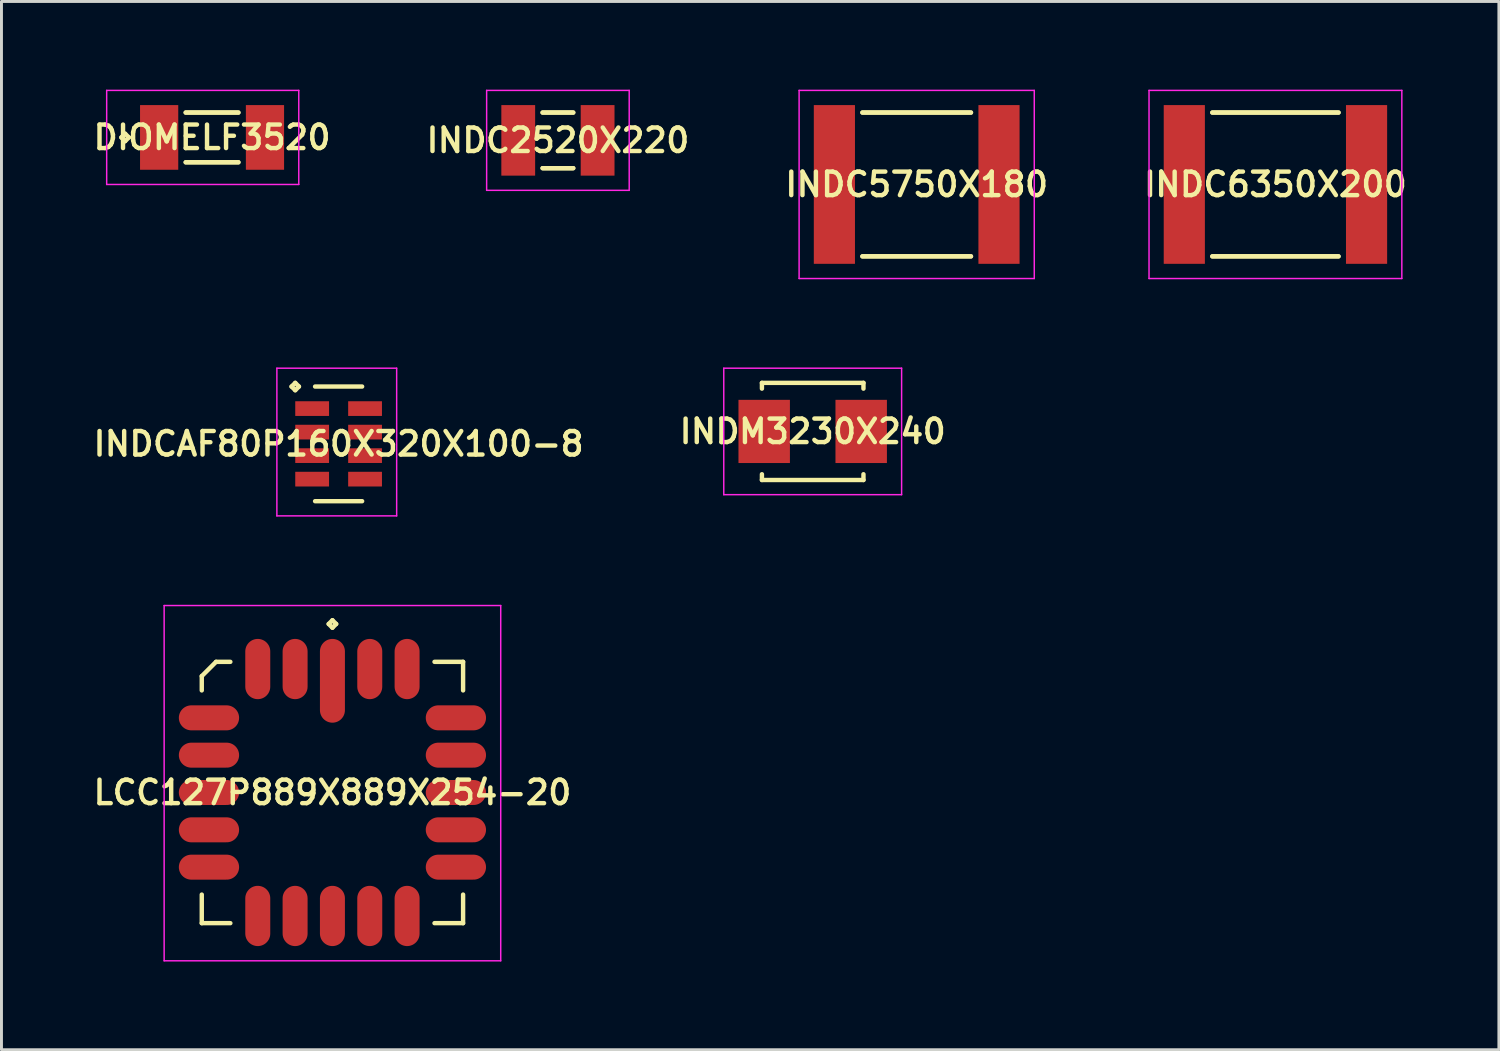
<source format=kicad_pcb>
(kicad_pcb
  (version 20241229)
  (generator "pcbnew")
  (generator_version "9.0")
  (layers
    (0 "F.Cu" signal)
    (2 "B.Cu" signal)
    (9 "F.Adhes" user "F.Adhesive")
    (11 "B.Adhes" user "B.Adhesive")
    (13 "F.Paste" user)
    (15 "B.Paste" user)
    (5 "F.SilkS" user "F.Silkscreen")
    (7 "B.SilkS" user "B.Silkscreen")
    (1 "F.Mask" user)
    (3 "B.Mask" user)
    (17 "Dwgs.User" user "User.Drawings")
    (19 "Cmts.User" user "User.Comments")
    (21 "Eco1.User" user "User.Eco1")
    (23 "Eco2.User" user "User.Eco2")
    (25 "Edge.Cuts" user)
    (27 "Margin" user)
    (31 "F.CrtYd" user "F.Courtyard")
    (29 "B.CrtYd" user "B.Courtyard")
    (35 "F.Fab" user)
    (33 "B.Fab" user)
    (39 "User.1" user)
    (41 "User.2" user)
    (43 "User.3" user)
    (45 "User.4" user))
  (footprint "INDM3230X240"
    (layer "F.Cu")
    (at 24.597 11.627)
    (property "Reference" "INDM3230X240" (at 0 0 0) (layer "F.SilkS") (effects (font (size 0.8 0.8) (thickness 0.15))))
    (attr smd)
    (fp_line (start -1.727 -1.652) (end 1.727 -1.652) (stroke (width 0.15) (type solid)) (layer "F.SilkS"))
    (fp_line (start -1.727 -1.456) (end -1.727 -1.652) (stroke (width 0.15) (type solid)) (layer "F.SilkS"))
    (fp_line (start -1.727 1.456) (end -1.727 1.652) (stroke (width 0.15) (type solid)) (layer "F.SilkS"))
    (fp_line (start -1.727 1.652) (end 1.727 1.652) (stroke (width 0.15) (type solid)) (layer "F.SilkS"))
    (fp_line (start 1.727 -1.652) (end 1.727 -1.456) (stroke (width 0.15) (type solid)) (layer "F.SilkS"))
    (fp_line (start 1.727 1.652) (end 1.727 1.456) (stroke (width 0.15) (type solid)) (layer "F.SilkS"))
    (fp_line (start -3.025 -2.152) (end 3.025 -2.152) (stroke (width 0.05) (type solid)) (layer "F.CrtYd"))
    (fp_line (start -3.025 2.152) (end -3.025 -2.152) (stroke (width 0.05) (type solid)) (layer "F.CrtYd"))
    (fp_line (start 3.025 -2.152) (end 3.025 2.152) (stroke (width 0.05) (type solid)) (layer "F.CrtYd"))
    (fp_line (start 3.025 2.152) (end -3.025 2.152) (stroke (width 0.05) (type solid)) (layer "F.CrtYd"))
    (pad "1" smd rect (at -1.65 0) (size 1.75 2.15) (layers "F.Cu" "F.Mask" "F.Paste"))
    (pad "2" smd rect (at 1.65 0) (size 1.75 2.15) (layers "F.Cu" "F.Mask" "F.Paste")))
  (footprint "INDC6350X200"
    (layer "F.Cu")
    (at 40.339 3.225)
    (property "Reference" "INDC6350X200" (at 0 0 0) (layer "F.SilkS") (effects (font (size 0.8 0.8) (thickness 0.15))))
    (attr smd)
    (fp_line (start -2.146 -2.446) (end 2.146 -2.446) (stroke (width 0.15) (type solid)) (layer "F.SilkS"))
    (fp_line (start -2.146 2.446) (end 2.146 2.446) (stroke (width 0.15) (type solid)) (layer "F.SilkS"))
    (fp_line (start 2.146 -2.446) (end -2.146 -2.446) (stroke (width 0.15) (type solid)) (layer "F.SilkS"))
    (fp_line (start 2.146 2.446) (end -2.146 2.446) (stroke (width 0.15) (type solid)) (layer "F.SilkS"))
    (fp_line (start -4.3 -3.2) (end 4.3 -3.2) (stroke (width 0.05) (type solid)) (layer "F.CrtYd"))
    (fp_line (start -4.3 3.2) (end -4.3 -3.2) (stroke (width 0.05) (type solid)) (layer "F.CrtYd"))
    (fp_line (start 4.3 -3.2) (end 4.3 3.2) (stroke (width 0.05) (type solid)) (layer "F.CrtYd"))
    (fp_line (start 4.3 3.2) (end -4.3 3.2) (stroke (width 0.05) (type solid)) (layer "F.CrtYd"))
    (pad "1" smd rect (at -3.1 0) (size 1.4 5.4) (layers "F.Cu" "F.Mask" "F.Paste"))
    (pad "2" smd rect (at 3.1 0) (size 1.4 5.4) (layers "F.Cu" "F.Mask" "F.Paste")))
  (footprint "INDC2520X220"
    (layer "F.Cu")
    (at 15.93 1.725)
    (property "Reference" "INDC2520X220" (at 0 0 0) (layer "F.SilkS") (effects (font (size 0.8 0.8) (thickness 0.15))))
    (attr smd)
    (fp_line (start -0.521 -0.946) (end 0.521 -0.946) (stroke (width 0.15) (type solid)) (layer "F.SilkS"))
    (fp_line (start -0.521 0.946) (end 0.521 0.946) (stroke (width 0.15) (type solid)) (layer "F.SilkS"))
    (fp_line (start 0.521 -0.946) (end -0.521 -0.946) (stroke (width 0.15) (type solid)) (layer "F.SilkS"))
    (fp_line (start 0.521 0.946) (end -0.521 0.946) (stroke (width 0.15) (type solid)) (layer "F.SilkS"))
    (fp_line (start -2.425 -1.7) (end 2.425 -1.7) (stroke (width 0.05) (type solid)) (layer "F.CrtYd"))
    (fp_line (start -2.425 1.7) (end -2.425 -1.7) (stroke (width 0.05) (type solid)) (layer "F.CrtYd"))
    (fp_line (start 2.425 -1.7) (end 2.425 1.7) (stroke (width 0.05) (type solid)) (layer "F.CrtYd"))
    (fp_line (start 2.425 1.7) (end -2.425 1.7) (stroke (width 0.05) (type solid)) (layer "F.CrtYd"))
    (pad "1" smd rect (at -1.35 0) (size 1.15 2.4) (layers "F.Cu" "F.Mask" "F.Paste"))
    (pad "2" smd rect (at 1.35 0) (size 1.15 2.4) (layers "F.Cu" "F.Mask" "F.Paste")))
  (footprint "INDC5750X180"
    (layer "F.Cu")
    (at 28.135 3.225)
    (property "Reference" "INDC5750X180" (at 0 0 0) (layer "F.SilkS") (effects (font (size 0.8 0.8) (thickness 0.15))))
    (attr smd)
    (fp_line (start -1.846 -2.446) (end 1.846 -2.446) (stroke (width 0.15) (type solid)) (layer "F.SilkS"))
    (fp_line (start -1.846 2.446) (end 1.846 2.446) (stroke (width 0.15) (type solid)) (layer "F.SilkS"))
    (fp_line (start 1.846 -2.446) (end -1.846 -2.446) (stroke (width 0.15) (type solid)) (layer "F.SilkS"))
    (fp_line (start 1.846 2.446) (end -1.846 2.446) (stroke (width 0.15) (type solid)) (layer "F.SilkS"))
    (fp_line (start -4 -3.2) (end 4 -3.2) (stroke (width 0.05) (type solid)) (layer "F.CrtYd"))
    (fp_line (start -4 3.2) (end -4 -3.2) (stroke (width 0.05) (type solid)) (layer "F.CrtYd"))
    (fp_line (start 4 -3.2) (end 4 3.2) (stroke (width 0.05) (type solid)) (layer "F.CrtYd"))
    (fp_line (start 4 3.2) (end -4 3.2) (stroke (width 0.05) (type solid)) (layer "F.CrtYd"))
    (pad "1" smd rect (at -2.8 0) (size 1.4 5.4) (layers "F.Cu" "F.Mask" "F.Paste"))
    (pad "2" smd rect (at 2.8 0) (size 1.4 5.4) (layers "F.Cu" "F.Mask" "F.Paste")))
  (footprint "DIOMELF3520"
    (layer "F.Cu")
    (at 4.164 1.625)
    (property "Reference" "DIOMELF3520" (at 0 0 0) (layer "F.SilkS") (effects (font (size 0.8 0.8) (thickness 0.15))))
    (attr smd)
    (fp_line (start -3.085 0) (end -2.958 -0.127) (stroke (width 0.15) (type solid)) (layer "F.SilkS"))
    (fp_line (start -2.958 -0.127) (end -2.831 0) (stroke (width 0.15) (type solid)) (layer "F.SilkS"))
    (fp_line (start -2.958 0.127) (end -3.085 0) (stroke (width 0.15) (type solid)) (layer "F.SilkS"))
    (fp_line (start -2.831 0) (end -2.958 0.127) (stroke (width 0.15) (type solid)) (layer "F.SilkS"))
    (fp_line (start -0.896 -0.846) (end 0.896 -0.846) (stroke (width 0.15) (type solid)) (layer "F.SilkS"))
    (fp_line (start -0.896 0.846) (end 0.896 0.846) (stroke (width 0.15) (type solid)) (layer "F.SilkS"))
    (fp_line (start 0.896 -0.846) (end -0.896 -0.846) (stroke (width 0.15) (type solid)) (layer "F.SilkS"))
    (fp_line (start 0.896 0.846) (end -0.896 0.846) (stroke (width 0.15) (type solid)) (layer "F.SilkS"))
    (fp_line (start -3.585 -1.6) (end 2.95 -1.6) (stroke (width 0.05) (type solid)) (layer "F.CrtYd"))
    (fp_line (start -3.585 1.6) (end -3.585 -1.6) (stroke (width 0.05) (type solid)) (layer "F.CrtYd"))
    (fp_line (start 2.95 -1.6) (end 2.95 1.6) (stroke (width 0.05) (type solid)) (layer "F.CrtYd"))
    (fp_line (start 2.95 1.6) (end -3.585 1.6) (stroke (width 0.05) (type solid)) (layer "F.CrtYd"))
    (pad "1" smd rect (at -1.8 0) (size 1.3 2.2) (layers "F.Cu" "F.Mask" "F.Paste"))
    (pad "2" smd rect (at 1.8 0) (size 1.3 2.2) (layers "F.Cu" "F.Mask" "F.Paste")))
  (footprint "LCC127P889X889X254-20"
    (layer "F.Cu")
    (at 8.259 23.91)
    (property "Reference" "LCC127P889X889X254-20" (at 0 0 0) (layer "F.SilkS") (effects (font (size 0.8 0.8) (thickness 0.15))))
    (attr smd)
    (fp_line (start -4.445 -3.959) (end -3.959 -4.445) (stroke (width 0.15) (type solid)) (layer "F.SilkS"))
    (fp_line (start -4.445 -3.473) (end -4.445 -3.959) (stroke (width 0.15) (type solid)) (layer "F.SilkS"))
    (fp_line (start -4.445 3.473) (end -4.445 4.445) (stroke (width 0.15) (type solid)) (layer "F.SilkS"))
    (fp_line (start -4.445 4.445) (end -3.473 4.445) (stroke (width 0.15) (type solid)) (layer "F.SilkS"))
    (fp_line (start -3.959 -4.445) (end -3.473 -4.445) (stroke (width 0.15) (type solid)) (layer "F.SilkS"))
    (fp_line (start -0.127 -5.733) (end 0 -5.86) (stroke (width 0.15) (type solid)) (layer "F.SilkS"))
    (fp_line (start 0 -5.86) (end 0.127 -5.733) (stroke (width 0.15) (type solid)) (layer "F.SilkS"))
    (fp_line (start 0 -5.606) (end -0.127 -5.733) (stroke (width 0.15) (type solid)) (layer "F.SilkS"))
    (fp_line (start 0.127 -5.733) (end 0 -5.606) (stroke (width 0.15) (type solid)) (layer "F.SilkS"))
    (fp_line (start 4.445 -4.445) (end 3.473 -4.445) (stroke (width 0.15) (type solid)) (layer "F.SilkS"))
    (fp_line (start 4.445 -3.473) (end 4.445 -4.445) (stroke (width 0.15) (type solid)) (layer "F.SilkS"))
    (fp_line (start 4.445 3.473) (end 4.445 4.445) (stroke (width 0.15) (type solid)) (layer "F.SilkS"))
    (fp_line (start 4.445 4.445) (end 3.473 4.445) (stroke (width 0.15) (type solid)) (layer "F.SilkS"))
    (fp_line (start -5.725 -6.36) (end 5.725 -6.36) (stroke (width 0.05) (type solid)) (layer "F.CrtYd"))
    (fp_line (start -5.725 5.725) (end -5.725 -6.36) (stroke (width 0.05) (type solid)) (layer "F.CrtYd"))
    (fp_line (start 5.725 -6.36) (end 5.725 5.725) (stroke (width 0.05) (type solid)) (layer "F.CrtYd"))
    (fp_line (start 5.725 5.725) (end -5.725 5.725) (stroke (width 0.05) (type solid)) (layer "F.CrtYd"))
    (pad "1" smd oval (at 0 -3.8) (size 0.85 2.85) (layers "F.Cu" "F.Mask" "F.Paste"))
    (pad "2" smd oval (at -1.27 -4.2) (size 0.85 2.05) (layers "F.Cu" "F.Mask" "F.Paste"))
    (pad "3" smd oval (at -2.54 -4.2) (size 0.85 2.05) (layers "F.Cu" "F.Mask" "F.Paste"))
    (pad "4" smd oval (at -4.2 -2.54) (size 2.05 0.85) (layers "F.Cu" "F.Mask" "F.Paste"))
    (pad "5" smd oval (at -4.2 -1.27) (size 2.05 0.85) (layers "F.Cu" "F.Mask" "F.Paste"))
    (pad "6" smd oval (at -4.2 0) (size 2.05 0.85) (layers "F.Cu" "F.Mask" "F.Paste"))
    (pad "7" smd oval (at -4.2 1.27) (size 2.05 0.85) (layers "F.Cu" "F.Mask" "F.Paste"))
    (pad "8" smd oval (at -4.2 2.54) (size 2.05 0.85) (layers "F.Cu" "F.Mask" "F.Paste"))
    (pad "9" smd oval (at -2.54 4.2) (size 0.85 2.05) (layers "F.Cu" "F.Mask" "F.Paste"))
    (pad "10" smd oval (at -1.27 4.2) (size 0.85 2.05) (layers "F.Cu" "F.Mask" "F.Paste"))
    (pad "11" smd oval (at 0 4.2) (size 0.85 2.05) (layers "F.Cu" "F.Mask" "F.Paste"))
    (pad "12" smd oval (at 1.27 4.2) (size 0.85 2.05) (layers "F.Cu" "F.Mask" "F.Paste"))
    (pad "13" smd oval (at 2.54 4.2) (size 0.85 2.05) (layers "F.Cu" "F.Mask" "F.Paste"))
    (pad "14" smd oval (at 4.2 2.54) (size 2.05 0.85) (layers "F.Cu" "F.Mask" "F.Paste"))
    (pad "15" smd oval (at 4.2 1.27) (size 2.05 0.85) (layers "F.Cu" "F.Mask" "F.Paste"))
    (pad "16" smd oval (at 4.2 0) (size 2.05 0.85) (layers "F.Cu" "F.Mask" "F.Paste"))
    (pad "17" smd oval (at 4.2 -1.27) (size 2.05 0.85) (layers "F.Cu" "F.Mask" "F.Paste"))
    (pad "18" smd oval (at 4.2 -2.54) (size 2.05 0.85) (layers "F.Cu" "F.Mask" "F.Paste"))
    (pad "19" smd oval (at 2.54 -4.2) (size 0.85 2.05) (layers "F.Cu" "F.Mask" "F.Paste"))
    (pad "20" smd oval (at 1.27 -4.2) (size 0.85 2.05) (layers "F.Cu" "F.Mask" "F.Paste")))
  (footprint "INDCAF80P160X320X100-8"
    (layer "F.Cu")
    (at 8.469 12.05)
    (property "Reference" "INDCAF80P160X320X100-8" (at 0 0 0) (layer "F.SilkS") (effects (font (size 0.8 0.8) (thickness 0.15))))
    (attr smd)
    (fp_line (start -1.6 -1.95) (end -1.475 -2.075) (stroke (width 0.15) (type solid)) (layer "F.SilkS"))
    (fp_line (start -1.475 -2.075) (end -1.35 -1.95) (stroke (width 0.15) (type solid)) (layer "F.SilkS"))
    (fp_line (start -1.475 -1.825) (end -1.6 -1.95) (stroke (width 0.15) (type solid)) (layer "F.SilkS"))
    (fp_line (start -1.35 -1.95) (end -1.475 -1.825) (stroke (width 0.15) (type solid)) (layer "F.SilkS"))
    (fp_line (start -0.8 -1.95) (end 0.8 -1.95) (stroke (width 0.15) (type solid)) (layer "F.SilkS"))
    (fp_line (start -0.8 1.95) (end 0.8 1.95) (stroke (width 0.15) (type solid)) (layer "F.SilkS"))
    (fp_line (start -2.1 -2.575) (end 1.975 -2.575) (stroke (width 0.05) (type solid)) (layer "F.CrtYd"))
    (fp_line (start -2.1 2.45) (end -2.1 -2.575) (stroke (width 0.05) (type solid)) (layer "F.CrtYd"))
    (fp_line (start 1.975 -2.575) (end 1.975 2.45) (stroke (width 0.05) (type solid)) (layer "F.CrtYd"))
    (fp_line (start 1.975 2.45) (end -2.1 2.45) (stroke (width 0.05) (type solid)) (layer "F.CrtYd"))
    (pad "1" smd rect (at -0.9 -1.2) (size 1.15 0.5) (layers "F.Cu" "F.Mask" "F.Paste"))
    (pad "2" smd rect (at -0.9 -0.4) (size 1.15 0.5) (layers "F.Cu" "F.Mask" "F.Paste"))
    (pad "3" smd rect (at -0.9 0.4) (size 1.15 0.5) (layers "F.Cu" "F.Mask" "F.Paste"))
    (pad "4" smd rect (at -0.9 1.2) (size 1.15 0.5) (layers "F.Cu" "F.Mask" "F.Paste"))
    (pad "5" smd rect (at 0.9 1.2) (size 1.15 0.5) (layers "F.Cu" "F.Mask" "F.Paste"))
    (pad "6" smd rect (at 0.9 0.4) (size 1.15 0.5) (layers "F.Cu" "F.Mask" "F.Paste"))
    (pad "7" smd rect (at 0.9 -0.4) (size 1.15 0.5) (layers "F.Cu" "F.Mask" "F.Paste"))
    (pad "8" smd rect (at 0.9 -1.2) (size 1.15 0.5) (layers "F.Cu" "F.Mask" "F.Paste")))
  (gr_rect
    (start -3 -3)
    (end 47.941 32.66)
    (stroke (width 0.1) (type default))
    (fill no)
    (layer "Edge.Cuts")))
</source>
